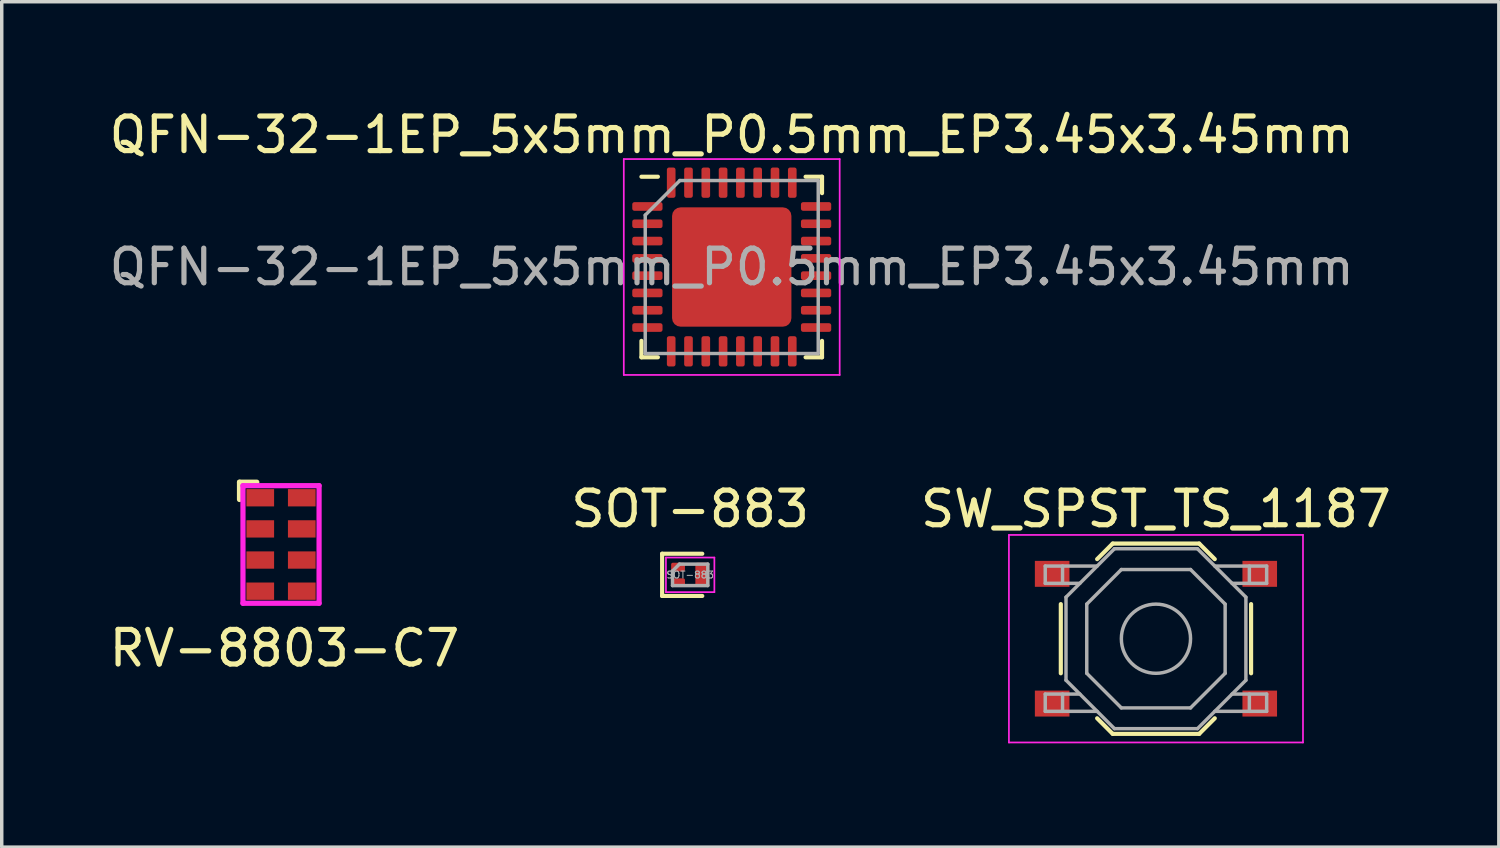
<source format=kicad_pcb>
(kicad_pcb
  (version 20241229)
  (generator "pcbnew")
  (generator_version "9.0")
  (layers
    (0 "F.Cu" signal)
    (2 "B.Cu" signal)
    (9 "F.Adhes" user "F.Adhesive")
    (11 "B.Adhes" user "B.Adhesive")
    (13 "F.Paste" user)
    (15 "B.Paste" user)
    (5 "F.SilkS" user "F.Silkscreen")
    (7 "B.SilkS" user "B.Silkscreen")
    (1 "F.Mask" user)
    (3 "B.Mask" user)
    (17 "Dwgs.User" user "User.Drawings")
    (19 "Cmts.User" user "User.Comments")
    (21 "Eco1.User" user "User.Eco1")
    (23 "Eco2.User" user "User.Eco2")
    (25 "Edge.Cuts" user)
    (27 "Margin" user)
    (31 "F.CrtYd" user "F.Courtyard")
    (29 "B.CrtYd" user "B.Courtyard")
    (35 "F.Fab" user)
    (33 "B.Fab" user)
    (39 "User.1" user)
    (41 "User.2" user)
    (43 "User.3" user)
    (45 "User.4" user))
  (footprint "SW_SPST_TS_1187"
    (layer "F.Cu")
    (at 30.363 15.412)
    (property "Reference" "SW_SPST_TS_1187" (at 0 -3.75 0) (layer "F.SilkS") (effects (font (size 1 1) (thickness 0.15))))
    (attr smd)
    (fp_line (start -2.75 -1) (end -2.75 1) (stroke (width 0.12) (type solid)) (layer "F.SilkS"))
    (fp_line (start -1.7 -2.3) (end -1.25 -2.75) (stroke (width 0.12) (type solid)) (layer "F.SilkS"))
    (fp_line (start -1.7 2.3) (end -1.25 2.75) (stroke (width 0.12) (type solid)) (layer "F.SilkS"))
    (fp_line (start -1.25 -2.75) (end 1.25 -2.75) (stroke (width 0.12) (type solid)) (layer "F.SilkS"))
    (fp_line (start -1.25 2.75) (end 1.25 2.75) (stroke (width 0.12) (type solid)) (layer "F.SilkS"))
    (fp_line (start 1.7 -2.3) (end 1.25 -2.75) (stroke (width 0.12) (type solid)) (layer "F.SilkS"))
    (fp_line (start 1.7 2.3) (end 1.25 2.75) (stroke (width 0.12) (type solid)) (layer "F.SilkS"))
    (fp_line (start 2.75 -1) (end 2.75 1) (stroke (width 0.12) (type solid)) (layer "F.SilkS"))
    (fp_line (start -4.25 -3) (end 4.25 -3) (stroke (width 0.05) (type solid)) (layer "F.CrtYd"))
    (fp_line (start -4.25 3) (end -4.25 -3) (stroke (width 0.05) (type solid)) (layer "F.CrtYd"))
    (fp_line (start 4.25 -3) (end 4.25 3) (stroke (width 0.05) (type solid)) (layer "F.CrtYd"))
    (fp_line (start 4.25 3) (end -4.25 3) (stroke (width 0.05) (type solid)) (layer "F.CrtYd"))
    (fp_line (start -3.2 -2.1) (end -3.2 -1.6) (stroke (width 0.1) (type solid)) (layer "F.Fab"))
    (fp_line (start -3.2 -1.6) (end -2.2 -1.6) (stroke (width 0.1) (type solid)) (layer "F.Fab"))
    (fp_line (start -3.2 1.6) (end -2.2 1.6) (stroke (width 0.1) (type solid)) (layer "F.Fab"))
    (fp_line (start -3.2 2.1) (end -3.2 1.6) (stroke (width 0.1) (type solid)) (layer "F.Fab"))
    (fp_line (start -2.7 -2.1) (end -2.7 -1.6) (stroke (width 0.1) (type solid)) (layer "F.Fab"))
    (fp_line (start -2.7 2.1) (end -2.7 1.6) (stroke (width 0.1) (type solid)) (layer "F.Fab"))
    (fp_line (start -2.6 -1.2) (end -2.6 1.2) (stroke (width 0.1) (type solid)) (layer "F.Fab"))
    (fp_line (start -2.6 1.2) (end -1.2 2.6) (stroke (width 0.1) (type solid)) (layer "F.Fab"))
    (fp_line (start -2 -1) (end -1 -2) (stroke (width 0.1) (type solid)) (layer "F.Fab"))
    (fp_line (start -2 1) (end -2 -1) (stroke (width 0.1) (type solid)) (layer "F.Fab"))
    (fp_line (start -1.7 -2.1) (end -3.2 -2.1) (stroke (width 0.1) (type solid)) (layer "F.Fab"))
    (fp_line (start -1.7 2.1) (end -3.2 2.1) (stroke (width 0.1) (type solid)) (layer "F.Fab"))
    (fp_line (start -1.2 -2.6) (end -2.6 -1.2) (stroke (width 0.1) (type solid)) (layer "F.Fab"))
    (fp_line (start -1.2 2.6) (end 1.2 2.6) (stroke (width 0.1) (type solid)) (layer "F.Fab"))
    (fp_line (start -1 -2) (end 1 -2) (stroke (width 0.1) (type solid)) (layer "F.Fab"))
    (fp_line (start -1 2) (end -2 1) (stroke (width 0.1) (type solid)) (layer "F.Fab"))
    (fp_line (start 1 -2) (end 2 -1) (stroke (width 0.1) (type solid)) (layer "F.Fab"))
    (fp_line (start 1 2) (end -1 2) (stroke (width 0.1) (type solid)) (layer "F.Fab"))
    (fp_line (start 1.2 -2.6) (end -1.2 -2.6) (stroke (width 0.1) (type solid)) (layer "F.Fab"))
    (fp_line (start 1.2 2.6) (end 2.6 1.2) (stroke (width 0.1) (type solid)) (layer "F.Fab"))
    (fp_line (start 1.7 -2.1) (end 3.2 -2.1) (stroke (width 0.1) (type solid)) (layer "F.Fab"))
    (fp_line (start 1.7 2.1) (end 3.2 2.1) (stroke (width 0.1) (type solid)) (layer "F.Fab"))
    (fp_line (start 2 -1) (end 2 1) (stroke (width 0.1) (type solid)) (layer "F.Fab"))
    (fp_line (start 2 1) (end 1 2) (stroke (width 0.1) (type solid)) (layer "F.Fab"))
    (fp_line (start 2.6 -1.2) (end 1.2 -2.6) (stroke (width 0.1) (type solid)) (layer "F.Fab"))
    (fp_line (start 2.6 1.2) (end 2.6 -1.2) (stroke (width 0.1) (type solid)) (layer "F.Fab"))
    (fp_line (start 2.7 -2.1) (end 2.7 -1.6) (stroke (width 0.1) (type solid)) (layer "F.Fab"))
    (fp_line (start 2.7 2.1) (end 2.7 1.6) (stroke (width 0.1) (type solid)) (layer "F.Fab"))
    (fp_line (start 3.2 -2.1) (end 3.2 -1.6) (stroke (width 0.1) (type solid)) (layer "F.Fab"))
    (fp_line (start 3.2 -1.6) (end 2.2 -1.6) (stroke (width 0.1) (type solid)) (layer "F.Fab"))
    (fp_line (start 3.2 1.6) (end 2.2 1.6) (stroke (width 0.1) (type solid)) (layer "F.Fab"))
    (fp_line (start 3.2 2.1) (end 3.2 1.6) (stroke (width 0.1) (type solid)) (layer "F.Fab"))
    (fp_circle (center 0 0) (end 1 0) (stroke (width 0.1) (type solid)) (fill no) (layer "F.Fab"))
    (pad "1" smd rect (at -3 -1.875) (size 1 0.75) (layers "F.Cu" "F.Mask" "F.Paste"))
    (pad "1" smd rect (at 3 -1.875) (size 1 0.75) (layers "F.Cu" "F.Mask" "F.Paste"))
    (pad "2" smd rect (at -3 1.875) (size 1 0.75) (layers "F.Cu" "F.Mask" "F.Paste"))
    (pad "2" smd rect (at 3 1.875) (size 1 0.75) (layers "F.Cu" "F.Mask" "F.Paste")))
  (footprint "SOT-883"
    (layer "F.Cu")
    (at 16.899 13.566)
    (property "Reference" "SOT-883" (at 0 -1.905 180) (layer "F.SilkS") (effects (font (size 1 1) (thickness 0.15))))
    (attr smd)
    (fp_line (start -0.81 -0.61) (end 0.35 -0.61) (stroke (width 0.12) (type solid)) (layer "F.SilkS"))
    (fp_line (start -0.81 0.61) (end -0.81 -0.61) (stroke (width 0.12) (type solid)) (layer "F.SilkS"))
    (fp_line (start 0.35 0.61) (end -0.81 0.61) (stroke (width 0.12) (type solid)) (layer "F.SilkS"))
    (fp_line (start -0.7 -0.5) (end 0.7 -0.5) (stroke (width 0.05) (type solid)) (layer "F.CrtYd"))
    (fp_line (start -0.7 0.5) (end -0.7 -0.5) (stroke (width 0.05) (type solid)) (layer "F.CrtYd"))
    (fp_line (start 0.7 -0.5) (end 0.7 0.5) (stroke (width 0.05) (type solid)) (layer "F.CrtYd"))
    (fp_line (start 0.7 0.5) (end -0.7 0.5) (stroke (width 0.05) (type solid)) (layer "F.CrtYd"))
    (fp_line (start -0.51 0.31) (end -0.51 -0.11) (stroke (width 0.1) (type solid)) (layer "F.Fab"))
    (fp_line (start -0.31 -0.31) (end -0.51 -0.11) (stroke (width 0.1) (type solid)) (layer "F.Fab"))
    (fp_line (start -0.31 -0.31) (end 0.51 -0.31) (stroke (width 0.1) (type solid)) (layer "F.Fab"))
    (fp_line (start 0.51 -0.31) (end 0.51 0.31) (stroke (width 0.1) (type solid)) (layer "F.Fab"))
    (fp_line (start 0.51 0.31) (end -0.51 0.31) (stroke (width 0.1) (type solid)) (layer "F.Fab"))
    (fp_text user "${REFERENCE}" (at 0 0 180) (layer "F.Fab") (effects (font (size 0.2 0.2) (thickness 0.03))))
    (pad "1" smd roundrect (at -0.35 -0.225) (size 0.4 0.25) (layers "F.Cu" "F.Mask" "F.Paste") (roundrect_rratio 0.2))
    (pad "2" smd roundrect (at -0.35 0.225) (size 0.4 0.25) (layers "F.Cu" "F.Mask" "F.Paste") (roundrect_rratio 0.2))
    (pad "3" smd roundrect (at 0.35 0) (size 0.4 0.7) (layers "F.Cu" "F.Mask" "F.Paste") (roundrect_rratio 0.125)))
  (footprint "RV-8803-C7"
    (layer "F.Cu")
    (at 5.073 12.688)
    (property "Reference" "RV-8803-C7" (at 0.1 3 180) (layer "F.SilkS") (effects (font (size 1 1) (thickness 0.15))))
    (attr smd)
    (fp_line (start -1.2 -1.8) (end -1.2 -1.3) (stroke (width 0.15) (type solid)) (layer "F.SilkS"))
    (fp_line (start -0.7 -1.8) (end -1.2 -1.8) (stroke (width 0.15) (type solid)) (layer "F.SilkS"))
    (fp_line (start -1.1 -1.7) (end -1.1 1.7) (stroke (width 0.15) (type solid)) (layer "F.CrtYd"))
    (fp_line (start -1.1 1.7) (end 1.1 1.7) (stroke (width 0.15) (type solid)) (layer "F.CrtYd"))
    (fp_line (start 1.1 -1.7) (end -1.1 -1.7) (stroke (width 0.15) (type solid)) (layer "F.CrtYd"))
    (fp_line (start 1.1 1.7) (end 1.1 -1.7) (stroke (width 0.15) (type solid)) (layer "F.CrtYd"))
    (pad "1" smd rect (at -0.6 -1.35) (size 0.8 0.5) (layers "F.Cu" "F.Mask" "F.Paste"))
    (pad "2" smd rect (at -0.6 -0.45) (size 0.8 0.5) (layers "F.Cu" "F.Mask" "F.Paste"))
    (pad "3" smd rect (at -0.6 0.45) (size 0.8 0.5) (layers "F.Cu" "F.Mask" "F.Paste"))
    (pad "4" smd rect (at -0.6 1.35) (size 0.8 0.5) (layers "F.Cu" "F.Mask" "F.Paste"))
    (pad "5" smd rect (at 0.6 1.35) (size 0.8 0.5) (layers "F.Cu" "F.Mask" "F.Paste"))
    (pad "6" smd rect (at 0.6 0.45) (size 0.8 0.5) (layers "F.Cu" "F.Mask" "F.Paste"))
    (pad "7" smd rect (at 0.6 -0.45) (size 0.8 0.5) (layers "F.Cu" "F.Mask" "F.Paste"))
    (pad "8" smd rect (at 0.6 -1.35) (size 0.8 0.5) (layers "F.Cu" "F.Mask" "F.Paste")))
  (footprint "QFN-32-1EP_5x5mm_P0.5mm_EP3.45x3.45mm"
    (layer "F.Cu")
    (at 18.101 4.668)
    (property "Reference" "QFN-32-1EP_5x5mm_P0.5mm_EP3.45x3.45mm" (at 0 -3.82 0) (layer "F.SilkS") (effects (font (size 1 1) (thickness 0.15))))
    (attr smd)
    (fp_line (start -2.61 2.61) (end -2.61 2.135) (stroke (width 0.12) (type solid)) (layer "F.SilkS"))
    (fp_line (start -2.135 -2.61) (end -2.61 -2.61) (stroke (width 0.12) (type solid)) (layer "F.SilkS"))
    (fp_line (start -2.135 2.61) (end -2.61 2.61) (stroke (width 0.12) (type solid)) (layer "F.SilkS"))
    (fp_line (start 2.135 -2.61) (end 2.61 -2.61) (stroke (width 0.12) (type solid)) (layer "F.SilkS"))
    (fp_line (start 2.135 2.61) (end 2.61 2.61) (stroke (width 0.12) (type solid)) (layer "F.SilkS"))
    (fp_line (start 2.61 -2.61) (end 2.61 -2.135) (stroke (width 0.12) (type solid)) (layer "F.SilkS"))
    (fp_line (start 2.61 2.61) (end 2.61 2.135) (stroke (width 0.12) (type solid)) (layer "F.SilkS"))
    (fp_line (start -3.12 -3.12) (end -3.12 3.12) (stroke (width 0.05) (type solid)) (layer "F.CrtYd"))
    (fp_line (start -3.12 3.12) (end 3.12 3.12) (stroke (width 0.05) (type solid)) (layer "F.CrtYd"))
    (fp_line (start 3.12 -3.12) (end -3.12 -3.12) (stroke (width 0.05) (type solid)) (layer "F.CrtYd"))
    (fp_line (start 3.12 3.12) (end 3.12 -3.12) (stroke (width 0.05) (type solid)) (layer "F.CrtYd"))
    (fp_line (start -2.5 -1.5) (end -1.5 -2.5) (stroke (width 0.1) (type solid)) (layer "F.Fab"))
    (fp_line (start -2.5 2.5) (end -2.5 -1.5) (stroke (width 0.1) (type solid)) (layer "F.Fab"))
    (fp_line (start -1.5 -2.5) (end 2.5 -2.5) (stroke (width 0.1) (type solid)) (layer "F.Fab"))
    (fp_line (start 2.5 -2.5) (end 2.5 2.5) (stroke (width 0.1) (type solid)) (layer "F.Fab"))
    (fp_line (start 2.5 2.5) (end -2.5 2.5) (stroke (width 0.1) (type solid)) (layer "F.Fab"))
    (fp_text user "${REFERENCE}" (at 0 0 0) (layer "F.Fab") (effects (font (size 1 1) (thickness 0.15))))
    (pad "" smd roundrect (at -1.15 -1.15) (size 0.93 0.93) (layers "F.Paste") (roundrect_rratio 0.25))
    (pad "" smd roundrect (at -1.15 0) (size 0.93 0.93) (layers "F.Paste") (roundrect_rratio 0.25))
    (pad "" smd roundrect (at -1.15 1.15) (size 0.93 0.93) (layers "F.Paste") (roundrect_rratio 0.25))
    (pad "" smd roundrect (at 0 -1.15) (size 0.93 0.93) (layers "F.Paste") (roundrect_rratio 0.25))
    (pad "" smd roundrect (at 0 0) (size 0.93 0.93) (layers "F.Paste") (roundrect_rratio 0.25))
    (pad "" smd roundrect (at 0 1.15) (size 0.93 0.93) (layers "F.Paste") (roundrect_rratio 0.25))
    (pad "" smd roundrect (at 1.15 -1.15) (size 0.93 0.93) (layers "F.Paste") (roundrect_rratio 0.25))
    (pad "" smd roundrect (at 1.15 0) (size 0.93 0.93) (layers "F.Paste") (roundrect_rratio 0.25))
    (pad "" smd roundrect (at 1.15 1.15) (size 0.93 0.93) (layers "F.Paste") (roundrect_rratio 0.25))
    (pad "1" smd roundrect (at -2.438 -1.75) (size 0.875 0.25) (layers "F.Cu" "F.Mask" "F.Paste") (roundrect_rratio 0.25))
    (pad "2" smd roundrect (at -2.438 -1.25) (size 0.875 0.25) (layers "F.Cu" "F.Mask" "F.Paste") (roundrect_rratio 0.25))
    (pad "3" smd roundrect (at -2.438 -0.75) (size 0.875 0.25) (layers "F.Cu" "F.Mask" "F.Paste") (roundrect_rratio 0.25))
    (pad "4" smd roundrect (at -2.438 -0.25) (size 0.875 0.25) (layers "F.Cu" "F.Mask" "F.Paste") (roundrect_rratio 0.25))
    (pad "5" smd roundrect (at -2.438 0.25) (size 0.875 0.25) (layers "F.Cu" "F.Mask" "F.Paste") (roundrect_rratio 0.25))
    (pad "6" smd roundrect (at -2.438 0.75) (size 0.875 0.25) (layers "F.Cu" "F.Mask" "F.Paste") (roundrect_rratio 0.25))
    (pad "7" smd roundrect (at -2.438 1.25) (size 0.875 0.25) (layers "F.Cu" "F.Mask" "F.Paste") (roundrect_rratio 0.25))
    (pad "8" smd roundrect (at -2.438 1.75) (size 0.875 0.25) (layers "F.Cu" "F.Mask" "F.Paste") (roundrect_rratio 0.25))
    (pad "9" smd roundrect (at -1.75 2.438) (size 0.25 0.875) (layers "F.Cu" "F.Mask" "F.Paste") (roundrect_rratio 0.25))
    (pad "10" smd roundrect (at -1.25 2.438) (size 0.25 0.875) (layers "F.Cu" "F.Mask" "F.Paste") (roundrect_rratio 0.25))
    (pad "11" smd roundrect (at -0.75 2.438) (size 0.25 0.875) (layers "F.Cu" "F.Mask" "F.Paste") (roundrect_rratio 0.25))
    (pad "12" smd roundrect (at -0.25 2.438) (size 0.25 0.875) (layers "F.Cu" "F.Mask" "F.Paste") (roundrect_rratio 0.25))
    (pad "13" smd roundrect (at 0.25 2.438) (size 0.25 0.875) (layers "F.Cu" "F.Mask" "F.Paste") (roundrect_rratio 0.25))
    (pad "14" smd roundrect (at 0.75 2.438) (size 0.25 0.875) (layers "F.Cu" "F.Mask" "F.Paste") (roundrect_rratio 0.25))
    (pad "15" smd roundrect (at 1.25 2.438) (size 0.25 0.875) (layers "F.Cu" "F.Mask" "F.Paste") (roundrect_rratio 0.25))
    (pad "16" smd roundrect (at 1.75 2.438) (size 0.25 0.875) (layers "F.Cu" "F.Mask" "F.Paste") (roundrect_rratio 0.25))
    (pad "17" smd roundrect (at 2.438 1.75) (size 0.875 0.25) (layers "F.Cu" "F.Mask" "F.Paste") (roundrect_rratio 0.25))
    (pad "18" smd roundrect (at 2.438 1.25) (size 0.875 0.25) (layers "F.Cu" "F.Mask" "F.Paste") (roundrect_rratio 0.25))
    (pad "19" smd roundrect (at 2.438 0.75) (size 0.875 0.25) (layers "F.Cu" "F.Mask" "F.Paste") (roundrect_rratio 0.25))
    (pad "20" smd roundrect (at 2.438 0.25) (size 0.875 0.25) (layers "F.Cu" "F.Mask" "F.Paste") (roundrect_rratio 0.25))
    (pad "21" smd roundrect (at 2.438 -0.25) (size 0.875 0.25) (layers "F.Cu" "F.Mask" "F.Paste") (roundrect_rratio 0.25))
    (pad "22" smd roundrect (at 2.438 -0.75) (size 0.875 0.25) (layers "F.Cu" "F.Mask" "F.Paste") (roundrect_rratio 0.25))
    (pad "23" smd roundrect (at 2.438 -1.25) (size 0.875 0.25) (layers "F.Cu" "F.Mask" "F.Paste") (roundrect_rratio 0.25))
    (pad "24" smd roundrect (at 2.438 -1.75) (size 0.875 0.25) (layers "F.Cu" "F.Mask" "F.Paste") (roundrect_rratio 0.25))
    (pad "25" smd roundrect (at 1.75 -2.438) (size 0.25 0.875) (layers "F.Cu" "F.Mask" "F.Paste") (roundrect_rratio 0.25))
    (pad "26" smd roundrect (at 1.25 -2.438) (size 0.25 0.875) (layers "F.Cu" "F.Mask" "F.Paste") (roundrect_rratio 0.25))
    (pad "27" smd roundrect (at 0.75 -2.438) (size 0.25 0.875) (layers "F.Cu" "F.Mask" "F.Paste") (roundrect_rratio 0.25))
    (pad "28" smd roundrect (at 0.25 -2.438) (size 0.25 0.875) (layers "F.Cu" "F.Mask" "F.Paste") (roundrect_rratio 0.25))
    (pad "29" smd roundrect (at -0.25 -2.438) (size 0.25 0.875) (layers "F.Cu" "F.Mask" "F.Paste") (roundrect_rratio 0.25))
    (pad "30" smd roundrect (at -0.75 -2.438) (size 0.25 0.875) (layers "F.Cu" "F.Mask" "F.Paste") (roundrect_rratio 0.25))
    (pad "31" smd roundrect (at -1.25 -2.438) (size 0.25 0.875) (layers "F.Cu" "F.Mask" "F.Paste") (roundrect_rratio 0.25))
    (pad "32" smd roundrect (at -1.75 -2.438) (size 0.25 0.875) (layers "F.Cu" "F.Mask" "F.Paste") (roundrect_rratio 0.25))
    (pad "33" smd roundrect (at 0 0) (size 3.45 3.45) (layers "F.Cu" "F.Mask") (roundrect_rratio 0.072)))
  (gr_rect
    (start -3 -3)
    (end 40.274 21.436)
    (stroke (width 0.1) (type default))
    (fill no)
    (layer "Edge.Cuts")))
</source>
